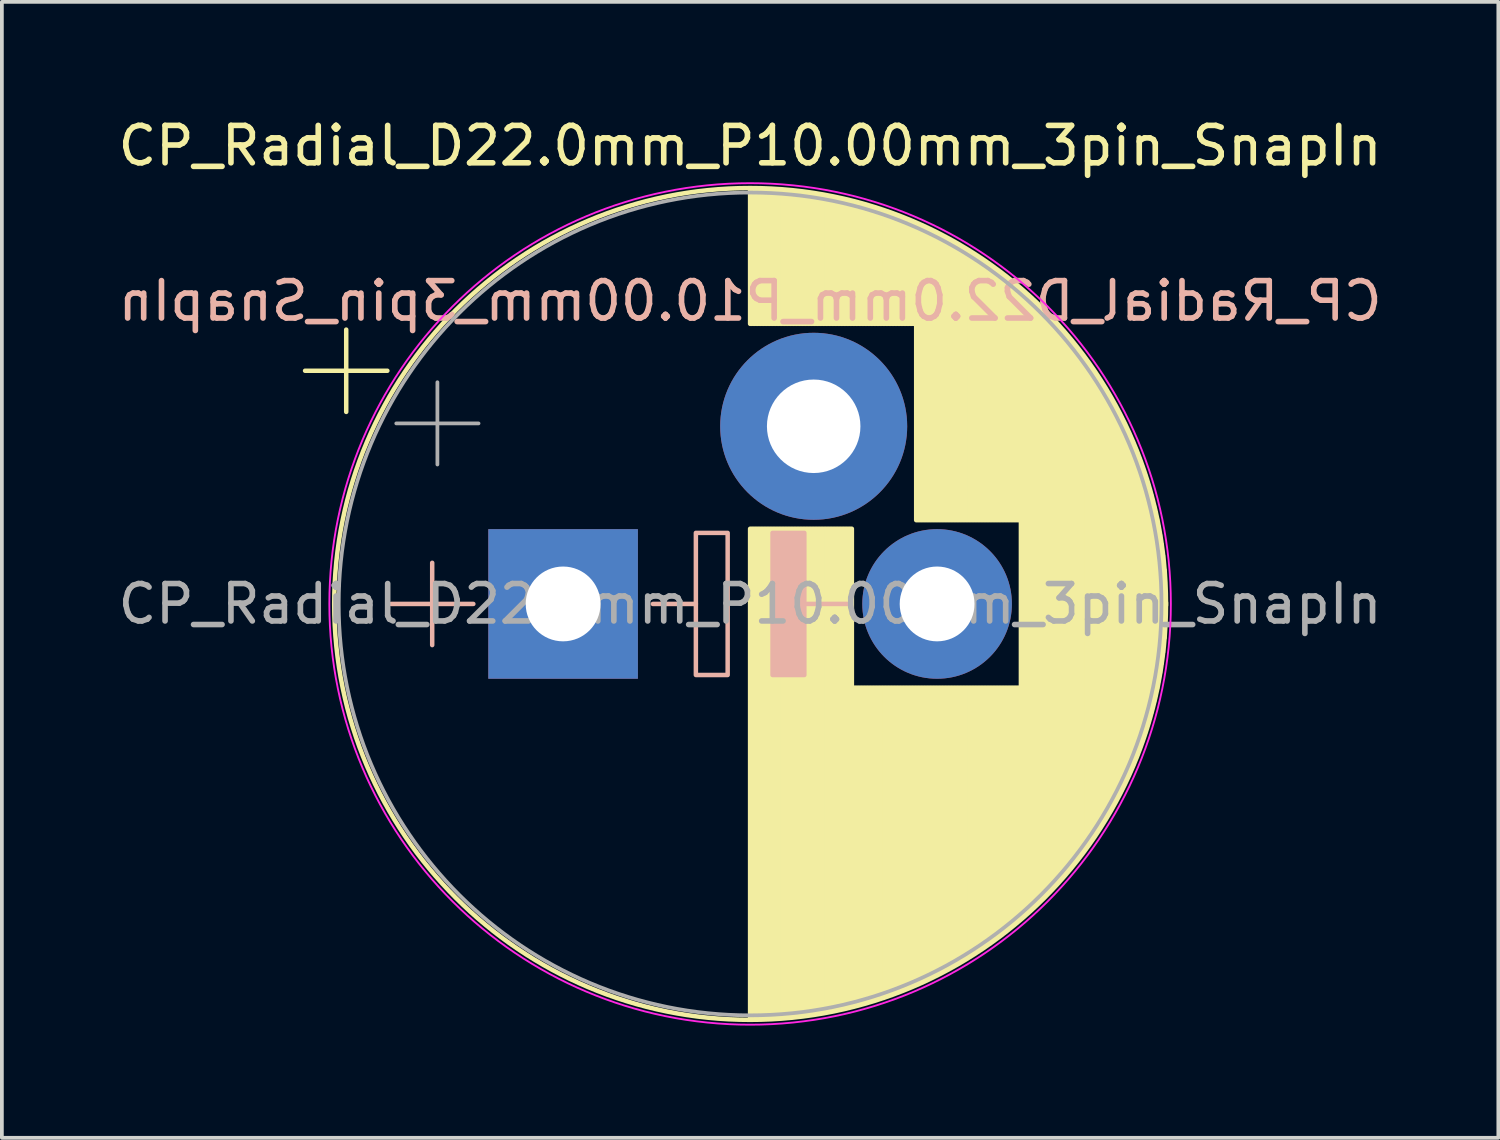
<source format=kicad_pcb>
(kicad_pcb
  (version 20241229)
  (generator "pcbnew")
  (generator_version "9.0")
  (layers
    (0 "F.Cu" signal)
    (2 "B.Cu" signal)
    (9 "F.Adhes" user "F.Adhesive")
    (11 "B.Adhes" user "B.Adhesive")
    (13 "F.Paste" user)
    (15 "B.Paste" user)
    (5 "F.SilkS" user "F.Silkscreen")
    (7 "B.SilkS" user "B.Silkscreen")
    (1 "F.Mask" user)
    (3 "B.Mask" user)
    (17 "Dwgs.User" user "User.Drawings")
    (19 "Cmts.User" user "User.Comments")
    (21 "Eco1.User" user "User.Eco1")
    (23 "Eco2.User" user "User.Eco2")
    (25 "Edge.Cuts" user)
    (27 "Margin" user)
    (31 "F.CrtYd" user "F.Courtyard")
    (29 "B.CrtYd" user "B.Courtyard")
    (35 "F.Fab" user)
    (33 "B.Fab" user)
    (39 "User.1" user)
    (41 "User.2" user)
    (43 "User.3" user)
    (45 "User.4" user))
  (footprint "CP_Radial_D22.0mm_P10.00mm_3pin_SnapIn"
    (layer "F.Cu")
    (at 12.006 13.098)
    (property "Reference" "CP_Radial_D22.0mm_P10.00mm_3pin_SnapIn" (at 5 -12.25 0) (layer "F.SilkS") (effects (font (size 1 1) (thickness 0.15))))
    (fp_line (start -6.899 -6.235) (end -4.699 -6.235) (stroke (width 0.12) (type solid)) (layer "F.SilkS"))
    (fp_line (start -5.799 -7.335) (end -5.799 -5.135) (stroke (width 0.12) (type solid)) (layer "F.SilkS"))
    (fp_line (start 5 -11.081) (end 5 -7.49) (stroke (width 0.12) (type solid)) (layer "F.SilkS"))
    (fp_line (start 5 -2.01) (end 5 11.081) (stroke (width 0.12) (type solid)) (layer "F.SilkS"))
    (fp_line (start 5.04 -11.08) (end 5.04 -7.49) (stroke (width 0.12) (type solid)) (layer "F.SilkS"))
    (fp_line (start 5.04 -2.01) (end 5.04 11.08) (stroke (width 0.12) (type solid)) (layer "F.SilkS"))
    (fp_line (start 5.08 -11.08) (end 5.08 -7.49) (stroke (width 0.12) (type solid)) (layer "F.SilkS"))
    (fp_line (start 5.08 -2.01) (end 5.08 11.08) (stroke (width 0.12) (type solid)) (layer "F.SilkS"))
    (fp_line (start 5.12 -11.08) (end 5.12 -7.49) (stroke (width 0.12) (type solid)) (layer "F.SilkS"))
    (fp_line (start 5.12 -2.01) (end 5.12 11.08) (stroke (width 0.12) (type solid)) (layer "F.SilkS"))
    (fp_line (start 5.16 -11.079) (end 5.16 -7.49) (stroke (width 0.12) (type solid)) (layer "F.SilkS"))
    (fp_line (start 5.16 -2.01) (end 5.16 11.079) (stroke (width 0.12) (type solid)) (layer "F.SilkS"))
    (fp_line (start 5.2 -11.079) (end 5.2 -7.49) (stroke (width 0.12) (type solid)) (layer "F.SilkS"))
    (fp_line (start 5.2 -2.01) (end 5.2 11.079) (stroke (width 0.12) (type solid)) (layer "F.SilkS"))
    (fp_line (start 5.24 -11.078) (end 5.24 -7.49) (stroke (width 0.12) (type solid)) (layer "F.SilkS"))
    (fp_line (start 5.24 -2.01) (end 5.24 11.078) (stroke (width 0.12) (type solid)) (layer "F.SilkS"))
    (fp_line (start 5.28 -11.077) (end 5.28 -7.49) (stroke (width 0.12) (type solid)) (layer "F.SilkS"))
    (fp_line (start 5.28 -2.01) (end 5.28 11.077) (stroke (width 0.12) (type solid)) (layer "F.SilkS"))
    (fp_line (start 5.32 -11.076) (end 5.32 -7.49) (stroke (width 0.12) (type solid)) (layer "F.SilkS"))
    (fp_line (start 5.32 -2.01) (end 5.32 11.076) (stroke (width 0.12) (type solid)) (layer "F.SilkS"))
    (fp_line (start 5.36 -11.075) (end 5.36 -7.49) (stroke (width 0.12) (type solid)) (layer "F.SilkS"))
    (fp_line (start 5.36 -2.01) (end 5.36 11.075) (stroke (width 0.12) (type solid)) (layer "F.SilkS"))
    (fp_line (start 5.4 -11.073) (end 5.4 -7.49) (stroke (width 0.12) (type solid)) (layer "F.SilkS"))
    (fp_line (start 5.4 -2.01) (end 5.4 11.073) (stroke (width 0.12) (type solid)) (layer "F.SilkS"))
    (fp_line (start 5.44 -11.072) (end 5.44 -7.49) (stroke (width 0.12) (type solid)) (layer "F.SilkS"))
    (fp_line (start 5.44 -2.01) (end 5.44 11.072) (stroke (width 0.12) (type solid)) (layer "F.SilkS"))
    (fp_line (start 5.48 -11.07) (end 5.48 -7.49) (stroke (width 0.12) (type solid)) (layer "F.SilkS"))
    (fp_line (start 5.48 -2.01) (end 5.48 11.07) (stroke (width 0.12) (type solid)) (layer "F.SilkS"))
    (fp_line (start 5.52 -11.068) (end 5.52 -7.49) (stroke (width 0.12) (type solid)) (layer "F.SilkS"))
    (fp_line (start 5.52 -2.01) (end 5.52 11.068) (stroke (width 0.12) (type solid)) (layer "F.SilkS"))
    (fp_line (start 5.56 -11.066) (end 5.56 -7.49) (stroke (width 0.12) (type solid)) (layer "F.SilkS"))
    (fp_line (start 5.56 -2.01) (end 5.56 11.066) (stroke (width 0.12) (type solid)) (layer "F.SilkS"))
    (fp_line (start 5.6 -11.064) (end 5.6 -7.49) (stroke (width 0.12) (type solid)) (layer "F.SilkS"))
    (fp_line (start 5.6 -2.01) (end 5.6 11.064) (stroke (width 0.12) (type solid)) (layer "F.SilkS"))
    (fp_line (start 5.64 -11.062) (end 5.64 -7.49) (stroke (width 0.12) (type solid)) (layer "F.SilkS"))
    (fp_line (start 5.64 -2.01) (end 5.64 11.062) (stroke (width 0.12) (type solid)) (layer "F.SilkS"))
    (fp_line (start 5.68 -11.06) (end 5.68 -7.49) (stroke (width 0.12) (type solid)) (layer "F.SilkS"))
    (fp_line (start 5.68 -2.01) (end 5.68 11.06) (stroke (width 0.12) (type solid)) (layer "F.SilkS"))
    (fp_line (start 5.721 -11.057) (end 5.721 -7.49) (stroke (width 0.12) (type solid)) (layer "F.SilkS"))
    (fp_line (start 5.721 -2.01) (end 5.721 11.057) (stroke (width 0.12) (type solid)) (layer "F.SilkS"))
    (fp_line (start 5.761 -11.054) (end 5.761 -7.49) (stroke (width 0.12) (type solid)) (layer "F.SilkS"))
    (fp_line (start 5.761 -2.01) (end 5.761 11.054) (stroke (width 0.12) (type solid)) (layer "F.SilkS"))
    (fp_line (start 5.801 -11.052) (end 5.801 -7.49) (stroke (width 0.12) (type solid)) (layer "F.SilkS"))
    (fp_line (start 5.801 -2.01) (end 5.801 11.052) (stroke (width 0.12) (type solid)) (layer "F.SilkS"))
    (fp_line (start 5.841 -11.049) (end 5.841 -7.49) (stroke (width 0.12) (type solid)) (layer "F.SilkS"))
    (fp_line (start 5.841 -2.01) (end 5.841 11.049) (stroke (width 0.12) (type solid)) (layer "F.SilkS"))
    (fp_line (start 5.881 -11.046) (end 5.881 -7.49) (stroke (width 0.12) (type solid)) (layer "F.SilkS"))
    (fp_line (start 5.881 -2.01) (end 5.881 11.046) (stroke (width 0.12) (type solid)) (layer "F.SilkS"))
    (fp_line (start 5.921 -11.042) (end 5.921 -7.49) (stroke (width 0.12) (type solid)) (layer "F.SilkS"))
    (fp_line (start 5.921 -2.01) (end 5.921 11.042) (stroke (width 0.12) (type solid)) (layer "F.SilkS"))
    (fp_line (start 5.961 -11.039) (end 5.961 -7.49) (stroke (width 0.12) (type solid)) (layer "F.SilkS"))
    (fp_line (start 5.961 -2.01) (end 5.961 11.039) (stroke (width 0.12) (type solid)) (layer "F.SilkS"))
    (fp_line (start 6.001 -11.035) (end 6.001 -7.49) (stroke (width 0.12) (type solid)) (layer "F.SilkS"))
    (fp_line (start 6.001 -2.01) (end 6.001 11.035) (stroke (width 0.12) (type solid)) (layer "F.SilkS"))
    (fp_line (start 6.041 -11.032) (end 6.041 -7.49) (stroke (width 0.12) (type solid)) (layer "F.SilkS"))
    (fp_line (start 6.041 -2.01) (end 6.041 11.032) (stroke (width 0.12) (type solid)) (layer "F.SilkS"))
    (fp_line (start 6.081 -11.028) (end 6.081 -7.49) (stroke (width 0.12) (type solid)) (layer "F.SilkS"))
    (fp_line (start 6.081 -2.01) (end 6.081 11.028) (stroke (width 0.12) (type solid)) (layer "F.SilkS"))
    (fp_line (start 6.121 -11.024) (end 6.121 -7.49) (stroke (width 0.12) (type solid)) (layer "F.SilkS"))
    (fp_line (start 6.121 -2.01) (end 6.121 11.024) (stroke (width 0.12) (type solid)) (layer "F.SilkS"))
    (fp_line (start 6.161 -11.02) (end 6.161 -7.49) (stroke (width 0.12) (type solid)) (layer "F.SilkS"))
    (fp_line (start 6.161 -2.01) (end 6.161 11.02) (stroke (width 0.12) (type solid)) (layer "F.SilkS"))
    (fp_line (start 6.201 -11.016) (end 6.201 -7.49) (stroke (width 0.12) (type solid)) (layer "F.SilkS"))
    (fp_line (start 6.201 -2.01) (end 6.201 11.016) (stroke (width 0.12) (type solid)) (layer "F.SilkS"))
    (fp_line (start 6.241 -11.011) (end 6.241 -7.49) (stroke (width 0.12) (type solid)) (layer "F.SilkS"))
    (fp_line (start 6.241 -2.01) (end 6.241 11.011) (stroke (width 0.12) (type solid)) (layer "F.SilkS"))
    (fp_line (start 6.281 -11.007) (end 6.281 -7.49) (stroke (width 0.12) (type solid)) (layer "F.SilkS"))
    (fp_line (start 6.281 -2.01) (end 6.281 11.007) (stroke (width 0.12) (type solid)) (layer "F.SilkS"))
    (fp_line (start 6.321 -11.002) (end 6.321 -7.49) (stroke (width 0.12) (type solid)) (layer "F.SilkS"))
    (fp_line (start 6.321 -2.01) (end 6.321 11.002) (stroke (width 0.12) (type solid)) (layer "F.SilkS"))
    (fp_line (start 6.361 -10.997) (end 6.361 -7.49) (stroke (width 0.12) (type solid)) (layer "F.SilkS"))
    (fp_line (start 6.361 -2.01) (end 6.361 10.997) (stroke (width 0.12) (type solid)) (layer "F.SilkS"))
    (fp_line (start 6.401 -10.992) (end 6.401 -7.49) (stroke (width 0.12) (type solid)) (layer "F.SilkS"))
    (fp_line (start 6.401 -2.01) (end 6.401 10.992) (stroke (width 0.12) (type solid)) (layer "F.SilkS"))
    (fp_line (start 6.441 -10.987) (end 6.441 -7.49) (stroke (width 0.12) (type solid)) (layer "F.SilkS"))
    (fp_line (start 6.441 -2.01) (end 6.441 10.987) (stroke (width 0.12) (type solid)) (layer "F.SilkS"))
    (fp_line (start 6.481 -10.982) (end 6.481 -7.49) (stroke (width 0.12) (type solid)) (layer "F.SilkS"))
    (fp_line (start 6.481 -2.01) (end 6.481 10.982) (stroke (width 0.12) (type solid)) (layer "F.SilkS"))
    (fp_line (start 6.521 -10.976) (end 6.521 -7.49) (stroke (width 0.12) (type solid)) (layer "F.SilkS"))
    (fp_line (start 6.521 -2.01) (end 6.521 10.976) (stroke (width 0.12) (type solid)) (layer "F.SilkS"))
    (fp_line (start 6.561 -10.971) (end 6.561 -7.49) (stroke (width 0.12) (type solid)) (layer "F.SilkS"))
    (fp_line (start 6.561 -2.01) (end 6.561 10.971) (stroke (width 0.12) (type solid)) (layer "F.SilkS"))
    (fp_line (start 6.601 -10.965) (end 6.601 -7.49) (stroke (width 0.12) (type solid)) (layer "F.SilkS"))
    (fp_line (start 6.601 -2.01) (end 6.601 10.965) (stroke (width 0.12) (type solid)) (layer "F.SilkS"))
    (fp_line (start 6.641 -10.959) (end 6.641 -7.49) (stroke (width 0.12) (type solid)) (layer "F.SilkS"))
    (fp_line (start 6.641 -2.01) (end 6.641 10.959) (stroke (width 0.12) (type solid)) (layer "F.SilkS"))
    (fp_line (start 6.681 -10.953) (end 6.681 -7.49) (stroke (width 0.12) (type solid)) (layer "F.SilkS"))
    (fp_line (start 6.681 -2.01) (end 6.681 10.953) (stroke (width 0.12) (type solid)) (layer "F.SilkS"))
    (fp_line (start 6.721 -10.947) (end 6.721 -7.49) (stroke (width 0.12) (type solid)) (layer "F.SilkS"))
    (fp_line (start 6.721 -2.01) (end 6.721 10.947) (stroke (width 0.12) (type solid)) (layer "F.SilkS"))
    (fp_line (start 6.761 -10.94) (end 6.761 -7.49) (stroke (width 0.12) (type solid)) (layer "F.SilkS"))
    (fp_line (start 6.761 -2.01) (end 6.761 10.94) (stroke (width 0.12) (type solid)) (layer "F.SilkS"))
    (fp_line (start 6.801 -10.934) (end 6.801 -7.49) (stroke (width 0.12) (type solid)) (layer "F.SilkS"))
    (fp_line (start 6.801 -2.01) (end 6.801 10.934) (stroke (width 0.12) (type solid)) (layer "F.SilkS"))
    (fp_line (start 6.841 -10.927) (end 6.841 -7.49) (stroke (width 0.12) (type solid)) (layer "F.SilkS"))
    (fp_line (start 6.841 -2.01) (end 6.841 10.927) (stroke (width 0.12) (type solid)) (layer "F.SilkS"))
    (fp_line (start 6.881 -10.92) (end 6.881 -7.49) (stroke (width 0.12) (type solid)) (layer "F.SilkS"))
    (fp_line (start 6.881 -2.01) (end 6.881 10.92) (stroke (width 0.12) (type solid)) (layer "F.SilkS"))
    (fp_line (start 6.921 -10.913) (end 6.921 -7.49) (stroke (width 0.12) (type solid)) (layer "F.SilkS"))
    (fp_line (start 6.921 -2.01) (end 6.921 10.913) (stroke (width 0.12) (type solid)) (layer "F.SilkS"))
    (fp_line (start 6.961 -10.906) (end 6.961 -7.49) (stroke (width 0.12) (type solid)) (layer "F.SilkS"))
    (fp_line (start 6.961 -2.01) (end 6.961 10.906) (stroke (width 0.12) (type solid)) (layer "F.SilkS"))
    (fp_line (start 7.001 -10.899) (end 7.001 -7.49) (stroke (width 0.12) (type solid)) (layer "F.SilkS"))
    (fp_line (start 7.001 -2.01) (end 7.001 10.899) (stroke (width 0.12) (type solid)) (layer "F.SilkS"))
    (fp_line (start 7.041 -10.892) (end 7.041 -7.49) (stroke (width 0.12) (type solid)) (layer "F.SilkS"))
    (fp_line (start 7.041 -2.01) (end 7.041 10.892) (stroke (width 0.12) (type solid)) (layer "F.SilkS"))
    (fp_line (start 7.081 -10.884) (end 7.081 -7.49) (stroke (width 0.12) (type solid)) (layer "F.SilkS"))
    (fp_line (start 7.081 -2.01) (end 7.081 10.884) (stroke (width 0.12) (type solid)) (layer "F.SilkS"))
    (fp_line (start 7.121 -10.877) (end 7.121 -7.49) (stroke (width 0.12) (type solid)) (layer "F.SilkS"))
    (fp_line (start 7.121 -2.01) (end 7.121 10.877) (stroke (width 0.12) (type solid)) (layer "F.SilkS"))
    (fp_line (start 7.161 -10.869) (end 7.161 -7.49) (stroke (width 0.12) (type solid)) (layer "F.SilkS"))
    (fp_line (start 7.161 -2.01) (end 7.161 10.869) (stroke (width 0.12) (type solid)) (layer "F.SilkS"))
    (fp_line (start 7.201 -10.861) (end 7.201 -7.49) (stroke (width 0.12) (type solid)) (layer "F.SilkS"))
    (fp_line (start 7.201 -2.01) (end 7.201 10.861) (stroke (width 0.12) (type solid)) (layer "F.SilkS"))
    (fp_line (start 7.241 -10.853) (end 7.241 -7.49) (stroke (width 0.12) (type solid)) (layer "F.SilkS"))
    (fp_line (start 7.241 -2.01) (end 7.241 10.853) (stroke (width 0.12) (type solid)) (layer "F.SilkS"))
    (fp_line (start 7.281 -10.844) (end 7.281 -7.49) (stroke (width 0.12) (type solid)) (layer "F.SilkS"))
    (fp_line (start 7.281 -2.01) (end 7.281 10.844) (stroke (width 0.12) (type solid)) (layer "F.SilkS"))
    (fp_line (start 7.321 -10.836) (end 7.321 -7.49) (stroke (width 0.12) (type solid)) (layer "F.SilkS"))
    (fp_line (start 7.321 -2.01) (end 7.321 10.836) (stroke (width 0.12) (type solid)) (layer "F.SilkS"))
    (fp_line (start 7.361 -10.827) (end 7.361 -7.49) (stroke (width 0.12) (type solid)) (layer "F.SilkS"))
    (fp_line (start 7.361 -2.01) (end 7.361 10.827) (stroke (width 0.12) (type solid)) (layer "F.SilkS"))
    (fp_line (start 7.401 -10.818) (end 7.401 -7.49) (stroke (width 0.12) (type solid)) (layer "F.SilkS"))
    (fp_line (start 7.401 -2.01) (end 7.401 10.818) (stroke (width 0.12) (type solid)) (layer "F.SilkS"))
    (fp_line (start 7.441 -10.809) (end 7.441 -7.49) (stroke (width 0.12) (type solid)) (layer "F.SilkS"))
    (fp_line (start 7.441 -2.01) (end 7.441 10.809) (stroke (width 0.12) (type solid)) (layer "F.SilkS"))
    (fp_line (start 7.481 -10.8) (end 7.481 -7.49) (stroke (width 0.12) (type solid)) (layer "F.SilkS"))
    (fp_line (start 7.481 -2.01) (end 7.481 10.8) (stroke (width 0.12) (type solid)) (layer "F.SilkS"))
    (fp_line (start 7.521 -10.791) (end 7.521 -7.49) (stroke (width 0.12) (type solid)) (layer "F.SilkS"))
    (fp_line (start 7.521 -2.01) (end 7.521 10.791) (stroke (width 0.12) (type solid)) (layer "F.SilkS"))
    (fp_line (start 7.561 -10.782) (end 7.561 -7.49) (stroke (width 0.12) (type solid)) (layer "F.SilkS"))
    (fp_line (start 7.561 -2.01) (end 7.561 10.782) (stroke (width 0.12) (type solid)) (layer "F.SilkS"))
    (fp_line (start 7.601 -10.772) (end 7.601 -7.49) (stroke (width 0.12) (type solid)) (layer "F.SilkS"))
    (fp_line (start 7.601 -2.01) (end 7.601 10.772) (stroke (width 0.12) (type solid)) (layer "F.SilkS"))
    (fp_line (start 7.641 -10.763) (end 7.641 -7.49) (stroke (width 0.12) (type solid)) (layer "F.SilkS"))
    (fp_line (start 7.641 -2.01) (end 7.641 10.763) (stroke (width 0.12) (type solid)) (layer "F.SilkS"))
    (fp_line (start 7.681 -10.753) (end 7.681 -7.49) (stroke (width 0.12) (type solid)) (layer "F.SilkS"))
    (fp_line (start 7.681 -2.01) (end 7.681 10.753) (stroke (width 0.12) (type solid)) (layer "F.SilkS"))
    (fp_line (start 7.721 -10.743) (end 7.721 -7.49) (stroke (width 0.12) (type solid)) (layer "F.SilkS"))
    (fp_line (start 7.721 -2.01) (end 7.721 10.743) (stroke (width 0.12) (type solid)) (layer "F.SilkS"))
    (fp_line (start 7.761 -10.733) (end 7.761 -7.49) (stroke (width 0.12) (type solid)) (layer "F.SilkS"))
    (fp_line (start 7.761 2.24) (end 7.761 10.733) (stroke (width 0.12) (type solid)) (layer "F.SilkS"))
    (fp_line (start 7.801 -10.722) (end 7.801 -7.49) (stroke (width 0.12) (type solid)) (layer "F.SilkS"))
    (fp_line (start 7.801 2.24) (end 7.801 10.722) (stroke (width 0.12) (type solid)) (layer "F.SilkS"))
    (fp_line (start 7.841 -10.712) (end 7.841 -7.49) (stroke (width 0.12) (type solid)) (layer "F.SilkS"))
    (fp_line (start 7.841 2.24) (end 7.841 10.712) (stroke (width 0.12) (type solid)) (layer "F.SilkS"))
    (fp_line (start 7.881 -10.701) (end 7.881 -7.49) (stroke (width 0.12) (type solid)) (layer "F.SilkS"))
    (fp_line (start 7.881 2.24) (end 7.881 10.701) (stroke (width 0.12) (type solid)) (layer "F.SilkS"))
    (fp_line (start 7.921 -10.69) (end 7.921 -7.49) (stroke (width 0.12) (type solid)) (layer "F.SilkS"))
    (fp_line (start 7.921 2.24) (end 7.921 10.69) (stroke (width 0.12) (type solid)) (layer "F.SilkS"))
    (fp_line (start 7.961 -10.679) (end 7.961 -7.49) (stroke (width 0.12) (type solid)) (layer "F.SilkS"))
    (fp_line (start 7.961 2.24) (end 7.961 10.679) (stroke (width 0.12) (type solid)) (layer "F.SilkS"))
    (fp_line (start 8.001 -10.668) (end 8.001 -7.49) (stroke (width 0.12) (type solid)) (layer "F.SilkS"))
    (fp_line (start 8.001 2.24) (end 8.001 10.668) (stroke (width 0.12) (type solid)) (layer "F.SilkS"))
    (fp_line (start 8.041 -10.657) (end 8.041 -7.49) (stroke (width 0.12) (type solid)) (layer "F.SilkS"))
    (fp_line (start 8.041 2.24) (end 8.041 10.657) (stroke (width 0.12) (type solid)) (layer "F.SilkS"))
    (fp_line (start 8.081 -10.645) (end 8.081 -7.49) (stroke (width 0.12) (type solid)) (layer "F.SilkS"))
    (fp_line (start 8.081 2.24) (end 8.081 10.645) (stroke (width 0.12) (type solid)) (layer "F.SilkS"))
    (fp_line (start 8.121 -10.634) (end 8.121 -7.49) (stroke (width 0.12) (type solid)) (layer "F.SilkS"))
    (fp_line (start 8.121 2.24) (end 8.121 10.634) (stroke (width 0.12) (type solid)) (layer "F.SilkS"))
    (fp_line (start 8.161 -10.622) (end 8.161 -7.49) (stroke (width 0.12) (type solid)) (layer "F.SilkS"))
    (fp_line (start 8.161 2.24) (end 8.161 10.622) (stroke (width 0.12) (type solid)) (layer "F.SilkS"))
    (fp_line (start 8.201 -10.61) (end 8.201 -7.49) (stroke (width 0.12) (type solid)) (layer "F.SilkS"))
    (fp_line (start 8.201 2.24) (end 8.201 10.61) (stroke (width 0.12) (type solid)) (layer "F.SilkS"))
    (fp_line (start 8.241 -10.598) (end 8.241 -7.49) (stroke (width 0.12) (type solid)) (layer "F.SilkS"))
    (fp_line (start 8.241 2.24) (end 8.241 10.598) (stroke (width 0.12) (type solid)) (layer "F.SilkS"))
    (fp_line (start 8.281 -10.586) (end 8.281 -7.49) (stroke (width 0.12) (type solid)) (layer "F.SilkS"))
    (fp_line (start 8.281 2.24) (end 8.281 10.586) (stroke (width 0.12) (type solid)) (layer "F.SilkS"))
    (fp_line (start 8.321 -10.573) (end 8.321 -7.49) (stroke (width 0.12) (type solid)) (layer "F.SilkS"))
    (fp_line (start 8.321 2.24) (end 8.321 10.573) (stroke (width 0.12) (type solid)) (layer "F.SilkS"))
    (fp_line (start 8.361 -10.561) (end 8.361 -7.49) (stroke (width 0.12) (type solid)) (layer "F.SilkS"))
    (fp_line (start 8.361 2.24) (end 8.361 10.561) (stroke (width 0.12) (type solid)) (layer "F.SilkS"))
    (fp_line (start 8.401 -10.548) (end 8.401 -7.49) (stroke (width 0.12) (type solid)) (layer "F.SilkS"))
    (fp_line (start 8.401 2.24) (end 8.401 10.548) (stroke (width 0.12) (type solid)) (layer "F.SilkS"))
    (fp_line (start 8.441 -10.535) (end 8.441 -7.49) (stroke (width 0.12) (type solid)) (layer "F.SilkS"))
    (fp_line (start 8.441 2.24) (end 8.441 10.535) (stroke (width 0.12) (type solid)) (layer "F.SilkS"))
    (fp_line (start 8.481 -10.522) (end 8.481 -7.49) (stroke (width 0.12) (type solid)) (layer "F.SilkS"))
    (fp_line (start 8.481 2.24) (end 8.481 10.522) (stroke (width 0.12) (type solid)) (layer "F.SilkS"))
    (fp_line (start 8.521 -10.509) (end 8.521 -7.49) (stroke (width 0.12) (type solid)) (layer "F.SilkS"))
    (fp_line (start 8.521 2.24) (end 8.521 10.509) (stroke (width 0.12) (type solid)) (layer "F.SilkS"))
    (fp_line (start 8.561 -10.495) (end 8.561 -7.49) (stroke (width 0.12) (type solid)) (layer "F.SilkS"))
    (fp_line (start 8.561 2.24) (end 8.561 10.495) (stroke (width 0.12) (type solid)) (layer "F.SilkS"))
    (fp_line (start 8.601 -10.482) (end 8.601 -7.49) (stroke (width 0.12) (type solid)) (layer "F.SilkS"))
    (fp_line (start 8.601 2.24) (end 8.601 10.482) (stroke (width 0.12) (type solid)) (layer "F.SilkS"))
    (fp_line (start 8.641 -10.468) (end 8.641 -7.49) (stroke (width 0.12) (type solid)) (layer "F.SilkS"))
    (fp_line (start 8.641 2.24) (end 8.641 10.468) (stroke (width 0.12) (type solid)) (layer "F.SilkS"))
    (fp_line (start 8.681 -10.454) (end 8.681 -7.49) (stroke (width 0.12) (type solid)) (layer "F.SilkS"))
    (fp_line (start 8.681 2.24) (end 8.681 10.454) (stroke (width 0.12) (type solid)) (layer "F.SilkS"))
    (fp_line (start 8.721 -10.44) (end 8.721 -7.49) (stroke (width 0.12) (type solid)) (layer "F.SilkS"))
    (fp_line (start 8.721 2.24) (end 8.721 10.44) (stroke (width 0.12) (type solid)) (layer "F.SilkS"))
    (fp_line (start 8.761 -10.426) (end 8.761 -7.49) (stroke (width 0.12) (type solid)) (layer "F.SilkS"))
    (fp_line (start 8.761 2.24) (end 8.761 10.426) (stroke (width 0.12) (type solid)) (layer "F.SilkS"))
    (fp_line (start 8.801 -10.411) (end 8.801 -7.49) (stroke (width 0.12) (type solid)) (layer "F.SilkS"))
    (fp_line (start 8.801 2.24) (end 8.801 10.411) (stroke (width 0.12) (type solid)) (layer "F.SilkS"))
    (fp_line (start 8.841 -10.396) (end 8.841 -7.49) (stroke (width 0.12) (type solid)) (layer "F.SilkS"))
    (fp_line (start 8.841 2.24) (end 8.841 10.396) (stroke (width 0.12) (type solid)) (layer "F.SilkS"))
    (fp_line (start 8.881 -10.382) (end 8.881 -7.49) (stroke (width 0.12) (type solid)) (layer "F.SilkS"))
    (fp_line (start 8.881 2.24) (end 8.881 10.382) (stroke (width 0.12) (type solid)) (layer "F.SilkS"))
    (fp_line (start 8.921 -10.367) (end 8.921 -7.49) (stroke (width 0.12) (type solid)) (layer "F.SilkS"))
    (fp_line (start 8.921 2.24) (end 8.921 10.367) (stroke (width 0.12) (type solid)) (layer "F.SilkS"))
    (fp_line (start 8.961 -10.351) (end 8.961 -7.49) (stroke (width 0.12) (type solid)) (layer "F.SilkS"))
    (fp_line (start 8.961 2.24) (end 8.961 10.351) (stroke (width 0.12) (type solid)) (layer "F.SilkS"))
    (fp_line (start 9.001 -10.336) (end 9.001 -7.49) (stroke (width 0.12) (type solid)) (layer "F.SilkS"))
    (fp_line (start 9.001 2.24) (end 9.001 10.336) (stroke (width 0.12) (type solid)) (layer "F.SilkS"))
    (fp_line (start 9.041 -10.321) (end 9.041 -7.49) (stroke (width 0.12) (type solid)) (layer "F.SilkS"))
    (fp_line (start 9.041 2.24) (end 9.041 10.321) (stroke (width 0.12) (type solid)) (layer "F.SilkS"))
    (fp_line (start 9.081 -10.305) (end 9.081 -7.49) (stroke (width 0.12) (type solid)) (layer "F.SilkS"))
    (fp_line (start 9.081 2.24) (end 9.081 10.305) (stroke (width 0.12) (type solid)) (layer "F.SilkS"))
    (fp_line (start 9.121 -10.289) (end 9.121 -7.49) (stroke (width 0.12) (type solid)) (layer "F.SilkS"))
    (fp_line (start 9.121 2.24) (end 9.121 10.289) (stroke (width 0.12) (type solid)) (layer "F.SilkS"))
    (fp_line (start 9.161 -10.273) (end 9.161 -7.49) (stroke (width 0.12) (type solid)) (layer "F.SilkS"))
    (fp_line (start 9.161 2.24) (end 9.161 10.273) (stroke (width 0.12) (type solid)) (layer "F.SilkS"))
    (fp_line (start 9.201 -10.257) (end 9.201 -7.49) (stroke (width 0.12) (type solid)) (layer "F.SilkS"))
    (fp_line (start 9.201 2.24) (end 9.201 10.257) (stroke (width 0.12) (type solid)) (layer "F.SilkS"))
    (fp_line (start 9.241 -10.24) (end 9.241 -7.49) (stroke (width 0.12) (type solid)) (layer "F.SilkS"))
    (fp_line (start 9.241 2.24) (end 9.241 10.24) (stroke (width 0.12) (type solid)) (layer "F.SilkS"))
    (fp_line (start 9.281 -10.224) (end 9.281 -7.49) (stroke (width 0.12) (type solid)) (layer "F.SilkS"))
    (fp_line (start 9.281 2.24) (end 9.281 10.224) (stroke (width 0.12) (type solid)) (layer "F.SilkS"))
    (fp_line (start 9.321 -10.207) (end 9.321 -7.49) (stroke (width 0.12) (type solid)) (layer "F.SilkS"))
    (fp_line (start 9.321 2.24) (end 9.321 10.207) (stroke (width 0.12) (type solid)) (layer "F.SilkS"))
    (fp_line (start 9.361 -10.19) (end 9.361 -7.49) (stroke (width 0.12) (type solid)) (layer "F.SilkS"))
    (fp_line (start 9.361 2.24) (end 9.361 10.19) (stroke (width 0.12) (type solid)) (layer "F.SilkS"))
    (fp_line (start 9.401 -10.173) (end 9.401 -7.49) (stroke (width 0.12) (type solid)) (layer "F.SilkS"))
    (fp_line (start 9.401 2.24) (end 9.401 10.173) (stroke (width 0.12) (type solid)) (layer "F.SilkS"))
    (fp_line (start 9.441 -10.156) (end 9.441 -2.24) (stroke (width 0.12) (type solid)) (layer "F.SilkS"))
    (fp_line (start 9.441 2.24) (end 9.441 10.156) (stroke (width 0.12) (type solid)) (layer "F.SilkS"))
    (fp_line (start 9.481 -10.138) (end 9.481 -2.24) (stroke (width 0.12) (type solid)) (layer "F.SilkS"))
    (fp_line (start 9.481 2.24) (end 9.481 10.138) (stroke (width 0.12) (type solid)) (layer "F.SilkS"))
    (fp_line (start 9.521 -10.12) (end 9.521 -2.24) (stroke (width 0.12) (type solid)) (layer "F.SilkS"))
    (fp_line (start 9.521 2.24) (end 9.521 10.12) (stroke (width 0.12) (type solid)) (layer "F.SilkS"))
    (fp_line (start 9.561 -10.103) (end 9.561 -2.24) (stroke (width 0.12) (type solid)) (layer "F.SilkS"))
    (fp_line (start 9.561 2.24) (end 9.561 10.103) (stroke (width 0.12) (type solid)) (layer "F.SilkS"))
    (fp_line (start 9.601 -10.084) (end 9.601 -2.24) (stroke (width 0.12) (type solid)) (layer "F.SilkS"))
    (fp_line (start 9.601 2.24) (end 9.601 10.084) (stroke (width 0.12) (type solid)) (layer "F.SilkS"))
    (fp_line (start 9.641 -10.066) (end 9.641 -2.24) (stroke (width 0.12) (type solid)) (layer "F.SilkS"))
    (fp_line (start 9.641 2.24) (end 9.641 10.066) (stroke (width 0.12) (type solid)) (layer "F.SilkS"))
    (fp_line (start 9.681 -10.048) (end 9.681 -2.24) (stroke (width 0.12) (type solid)) (layer "F.SilkS"))
    (fp_line (start 9.681 2.24) (end 9.681 10.048) (stroke (width 0.12) (type solid)) (layer "F.SilkS"))
    (fp_line (start 9.721 -10.029) (end 9.721 -2.24) (stroke (width 0.12) (type solid)) (layer "F.SilkS"))
    (fp_line (start 9.721 2.24) (end 9.721 10.029) (stroke (width 0.12) (type solid)) (layer "F.SilkS"))
    (fp_line (start 9.761 -10.01) (end 9.761 -2.24) (stroke (width 0.12) (type solid)) (layer "F.SilkS"))
    (fp_line (start 9.761 2.24) (end 9.761 10.01) (stroke (width 0.12) (type solid)) (layer "F.SilkS"))
    (fp_line (start 9.801 -9.991) (end 9.801 -2.24) (stroke (width 0.12) (type solid)) (layer "F.SilkS"))
    (fp_line (start 9.801 2.24) (end 9.801 9.991) (stroke (width 0.12) (type solid)) (layer "F.SilkS"))
    (fp_line (start 9.841 -9.972) (end 9.841 -2.24) (stroke (width 0.12) (type solid)) (layer "F.SilkS"))
    (fp_line (start 9.841 2.24) (end 9.841 9.972) (stroke (width 0.12) (type solid)) (layer "F.SilkS"))
    (fp_line (start 9.881 -9.952) (end 9.881 -2.24) (stroke (width 0.12) (type solid)) (layer "F.SilkS"))
    (fp_line (start 9.881 2.24) (end 9.881 9.952) (stroke (width 0.12) (type solid)) (layer "F.SilkS"))
    (fp_line (start 9.921 -9.933) (end 9.921 -2.24) (stroke (width 0.12) (type solid)) (layer "F.SilkS"))
    (fp_line (start 9.921 2.24) (end 9.921 9.933) (stroke (width 0.12) (type solid)) (layer "F.SilkS"))
    (fp_line (start 9.961 -9.913) (end 9.961 -2.24) (stroke (width 0.12) (type solid)) (layer "F.SilkS"))
    (fp_line (start 9.961 2.24) (end 9.961 9.913) (stroke (width 0.12) (type solid)) (layer "F.SilkS"))
    (fp_line (start 10.001 -9.893) (end 10.001 -2.24) (stroke (width 0.12) (type solid)) (layer "F.SilkS"))
    (fp_line (start 10.001 2.24) (end 10.001 9.893) (stroke (width 0.12) (type solid)) (layer "F.SilkS"))
    (fp_line (start 10.041 -9.873) (end 10.041 -2.24) (stroke (width 0.12) (type solid)) (layer "F.SilkS"))
    (fp_line (start 10.041 2.24) (end 10.041 9.873) (stroke (width 0.12) (type solid)) (layer "F.SilkS"))
    (fp_line (start 10.081 -9.852) (end 10.081 -2.24) (stroke (width 0.12) (type solid)) (layer "F.SilkS"))
    (fp_line (start 10.081 2.24) (end 10.081 9.852) (stroke (width 0.12) (type solid)) (layer "F.SilkS"))
    (fp_line (start 10.121 -9.832) (end 10.121 -2.24) (stroke (width 0.12) (type solid)) (layer "F.SilkS"))
    (fp_line (start 10.121 2.24) (end 10.121 9.832) (stroke (width 0.12) (type solid)) (layer "F.SilkS"))
    (fp_line (start 10.161 -9.811) (end 10.161 -2.24) (stroke (width 0.12) (type solid)) (layer "F.SilkS"))
    (fp_line (start 10.161 2.24) (end 10.161 9.811) (stroke (width 0.12) (type solid)) (layer "F.SilkS"))
    (fp_line (start 10.201 -9.79) (end 10.201 -2.24) (stroke (width 0.12) (type solid)) (layer "F.SilkS"))
    (fp_line (start 10.201 2.24) (end 10.201 9.79) (stroke (width 0.12) (type solid)) (layer "F.SilkS"))
    (fp_line (start 10.241 -9.768) (end 10.241 -2.24) (stroke (width 0.12) (type solid)) (layer "F.SilkS"))
    (fp_line (start 10.241 2.24) (end 10.241 9.768) (stroke (width 0.12) (type solid)) (layer "F.SilkS"))
    (fp_line (start 10.281 -9.747) (end 10.281 -2.24) (stroke (width 0.12) (type solid)) (layer "F.SilkS"))
    (fp_line (start 10.281 2.24) (end 10.281 9.747) (stroke (width 0.12) (type solid)) (layer "F.SilkS"))
    (fp_line (start 10.321 -9.725) (end 10.321 -2.24) (stroke (width 0.12) (type solid)) (layer "F.SilkS"))
    (fp_line (start 10.321 2.24) (end 10.321 9.725) (stroke (width 0.12) (type solid)) (layer "F.SilkS"))
    (fp_line (start 10.361 -9.703) (end 10.361 -2.24) (stroke (width 0.12) (type solid)) (layer "F.SilkS"))
    (fp_line (start 10.361 2.24) (end 10.361 9.703) (stroke (width 0.12) (type solid)) (layer "F.SilkS"))
    (fp_line (start 10.401 -9.681) (end 10.401 -2.24) (stroke (width 0.12) (type solid)) (layer "F.SilkS"))
    (fp_line (start 10.401 2.24) (end 10.401 9.681) (stroke (width 0.12) (type solid)) (layer "F.SilkS"))
    (fp_line (start 10.441 -9.659) (end 10.441 -2.24) (stroke (width 0.12) (type solid)) (layer "F.SilkS"))
    (fp_line (start 10.441 2.24) (end 10.441 9.659) (stroke (width 0.12) (type solid)) (layer "F.SilkS"))
    (fp_line (start 10.481 -9.636) (end 10.481 -2.24) (stroke (width 0.12) (type solid)) (layer "F.SilkS"))
    (fp_line (start 10.481 2.24) (end 10.481 9.636) (stroke (width 0.12) (type solid)) (layer "F.SilkS"))
    (fp_line (start 10.521 -9.614) (end 10.521 -2.24) (stroke (width 0.12) (type solid)) (layer "F.SilkS"))
    (fp_line (start 10.521 2.24) (end 10.521 9.614) (stroke (width 0.12) (type solid)) (layer "F.SilkS"))
    (fp_line (start 10.561 -9.591) (end 10.561 -2.24) (stroke (width 0.12) (type solid)) (layer "F.SilkS"))
    (fp_line (start 10.561 2.24) (end 10.561 9.591) (stroke (width 0.12) (type solid)) (layer "F.SilkS"))
    (fp_line (start 10.601 -9.567) (end 10.601 -2.24) (stroke (width 0.12) (type solid)) (layer "F.SilkS"))
    (fp_line (start 10.601 2.24) (end 10.601 9.567) (stroke (width 0.12) (type solid)) (layer "F.SilkS"))
    (fp_line (start 10.641 -9.544) (end 10.641 -2.24) (stroke (width 0.12) (type solid)) (layer "F.SilkS"))
    (fp_line (start 10.641 2.24) (end 10.641 9.544) (stroke (width 0.12) (type solid)) (layer "F.SilkS"))
    (fp_line (start 10.681 -9.52) (end 10.681 -2.24) (stroke (width 0.12) (type solid)) (layer "F.SilkS"))
    (fp_line (start 10.681 2.24) (end 10.681 9.52) (stroke (width 0.12) (type solid)) (layer "F.SilkS"))
    (fp_line (start 10.721 -9.497) (end 10.721 -2.24) (stroke (width 0.12) (type solid)) (layer "F.SilkS"))
    (fp_line (start 10.721 2.24) (end 10.721 9.497) (stroke (width 0.12) (type solid)) (layer "F.SilkS"))
    (fp_line (start 10.761 -9.472) (end 10.761 -2.24) (stroke (width 0.12) (type solid)) (layer "F.SilkS"))
    (fp_line (start 10.761 2.24) (end 10.761 9.472) (stroke (width 0.12) (type solid)) (layer "F.SilkS"))
    (fp_line (start 10.801 -9.448) (end 10.801 -2.24) (stroke (width 0.12) (type solid)) (layer "F.SilkS"))
    (fp_line (start 10.801 2.24) (end 10.801 9.448) (stroke (width 0.12) (type solid)) (layer "F.SilkS"))
    (fp_line (start 10.841 -9.424) (end 10.841 -2.24) (stroke (width 0.12) (type solid)) (layer "F.SilkS"))
    (fp_line (start 10.841 2.24) (end 10.841 9.424) (stroke (width 0.12) (type solid)) (layer "F.SilkS"))
    (fp_line (start 10.881 -9.399) (end 10.881 -2.24) (stroke (width 0.12) (type solid)) (layer "F.SilkS"))
    (fp_line (start 10.881 2.24) (end 10.881 9.399) (stroke (width 0.12) (type solid)) (layer "F.SilkS"))
    (fp_line (start 10.921 -9.374) (end 10.921 -2.24) (stroke (width 0.12) (type solid)) (layer "F.SilkS"))
    (fp_line (start 10.921 2.24) (end 10.921 9.374) (stroke (width 0.12) (type solid)) (layer "F.SilkS"))
    (fp_line (start 10.961 -9.348) (end 10.961 -2.24) (stroke (width 0.12) (type solid)) (layer "F.SilkS"))
    (fp_line (start 10.961 2.24) (end 10.961 9.348) (stroke (width 0.12) (type solid)) (layer "F.SilkS"))
    (fp_line (start 11.001 -9.323) (end 11.001 -2.24) (stroke (width 0.12) (type solid)) (layer "F.SilkS"))
    (fp_line (start 11.001 2.24) (end 11.001 9.323) (stroke (width 0.12) (type solid)) (layer "F.SilkS"))
    (fp_line (start 11.041 -9.297) (end 11.041 -2.24) (stroke (width 0.12) (type solid)) (layer "F.SilkS"))
    (fp_line (start 11.041 2.24) (end 11.041 9.297) (stroke (width 0.12) (type solid)) (layer "F.SilkS"))
    (fp_line (start 11.081 -9.271) (end 11.081 -2.24) (stroke (width 0.12) (type solid)) (layer "F.SilkS"))
    (fp_line (start 11.081 2.24) (end 11.081 9.271) (stroke (width 0.12) (type solid)) (layer "F.SilkS"))
    (fp_line (start 11.121 -9.245) (end 11.121 -2.24) (stroke (width 0.12) (type solid)) (layer "F.SilkS"))
    (fp_line (start 11.121 2.24) (end 11.121 9.245) (stroke (width 0.12) (type solid)) (layer "F.SilkS"))
    (fp_line (start 11.161 -9.218) (end 11.161 -2.24) (stroke (width 0.12) (type solid)) (layer "F.SilkS"))
    (fp_line (start 11.161 2.24) (end 11.161 9.218) (stroke (width 0.12) (type solid)) (layer "F.SilkS"))
    (fp_line (start 11.201 -9.192) (end 11.201 -2.24) (stroke (width 0.12) (type solid)) (layer "F.SilkS"))
    (fp_line (start 11.201 2.24) (end 11.201 9.192) (stroke (width 0.12) (type solid)) (layer "F.SilkS"))
    (fp_line (start 11.241 -9.165) (end 11.241 -2.24) (stroke (width 0.12) (type solid)) (layer "F.SilkS"))
    (fp_line (start 11.241 2.24) (end 11.241 9.165) (stroke (width 0.12) (type solid)) (layer "F.SilkS"))
    (fp_line (start 11.281 -9.137) (end 11.281 -2.24) (stroke (width 0.12) (type solid)) (layer "F.SilkS"))
    (fp_line (start 11.281 2.24) (end 11.281 9.137) (stroke (width 0.12) (type solid)) (layer "F.SilkS"))
    (fp_line (start 11.321 -9.11) (end 11.321 -2.24) (stroke (width 0.12) (type solid)) (layer "F.SilkS"))
    (fp_line (start 11.321 2.24) (end 11.321 9.11) (stroke (width 0.12) (type solid)) (layer "F.SilkS"))
    (fp_line (start 11.361 -9.082) (end 11.361 -2.24) (stroke (width 0.12) (type solid)) (layer "F.SilkS"))
    (fp_line (start 11.361 2.24) (end 11.361 9.082) (stroke (width 0.12) (type solid)) (layer "F.SilkS"))
    (fp_line (start 11.401 -9.054) (end 11.401 -2.24) (stroke (width 0.12) (type solid)) (layer "F.SilkS"))
    (fp_line (start 11.401 2.24) (end 11.401 9.054) (stroke (width 0.12) (type solid)) (layer "F.SilkS"))
    (fp_line (start 11.441 -9.026) (end 11.441 -2.24) (stroke (width 0.12) (type solid)) (layer "F.SilkS"))
    (fp_line (start 11.441 2.24) (end 11.441 9.026) (stroke (width 0.12) (type solid)) (layer "F.SilkS"))
    (fp_line (start 11.481 -8.997) (end 11.481 -2.24) (stroke (width 0.12) (type solid)) (layer "F.SilkS"))
    (fp_line (start 11.481 2.24) (end 11.481 8.997) (stroke (width 0.12) (type solid)) (layer "F.SilkS"))
    (fp_line (start 11.521 -8.968) (end 11.521 -2.24) (stroke (width 0.12) (type solid)) (layer "F.SilkS"))
    (fp_line (start 11.521 2.24) (end 11.521 8.968) (stroke (width 0.12) (type solid)) (layer "F.SilkS"))
    (fp_line (start 11.561 -8.939) (end 11.561 -2.24) (stroke (width 0.12) (type solid)) (layer "F.SilkS"))
    (fp_line (start 11.561 2.24) (end 11.561 8.939) (stroke (width 0.12) (type solid)) (layer "F.SilkS"))
    (fp_line (start 11.601 -8.91) (end 11.601 -2.24) (stroke (width 0.12) (type solid)) (layer "F.SilkS"))
    (fp_line (start 11.601 2.24) (end 11.601 8.91) (stroke (width 0.12) (type solid)) (layer "F.SilkS"))
    (fp_line (start 11.641 -8.88) (end 11.641 -2.24) (stroke (width 0.12) (type solid)) (layer "F.SilkS"))
    (fp_line (start 11.641 2.24) (end 11.641 8.88) (stroke (width 0.12) (type solid)) (layer "F.SilkS"))
    (fp_line (start 11.681 -8.85) (end 11.681 -2.24) (stroke (width 0.12) (type solid)) (layer "F.SilkS"))
    (fp_line (start 11.681 2.24) (end 11.681 8.85) (stroke (width 0.12) (type solid)) (layer "F.SilkS"))
    (fp_line (start 11.721 -8.82) (end 11.721 -2.24) (stroke (width 0.12) (type solid)) (layer "F.SilkS"))
    (fp_line (start 11.721 2.24) (end 11.721 8.82) (stroke (width 0.12) (type solid)) (layer "F.SilkS"))
    (fp_line (start 11.761 -8.79) (end 11.761 -2.24) (stroke (width 0.12) (type solid)) (layer "F.SilkS"))
    (fp_line (start 11.761 2.24) (end 11.761 8.79) (stroke (width 0.12) (type solid)) (layer "F.SilkS"))
    (fp_line (start 11.801 -8.759) (end 11.801 -2.24) (stroke (width 0.12) (type solid)) (layer "F.SilkS"))
    (fp_line (start 11.801 2.24) (end 11.801 8.759) (stroke (width 0.12) (type solid)) (layer "F.SilkS"))
    (fp_line (start 11.841 -8.728) (end 11.841 -2.24) (stroke (width 0.12) (type solid)) (layer "F.SilkS"))
    (fp_line (start 11.841 2.24) (end 11.841 8.728) (stroke (width 0.12) (type solid)) (layer "F.SilkS"))
    (fp_line (start 11.881 -8.697) (end 11.881 -2.24) (stroke (width 0.12) (type solid)) (layer "F.SilkS"))
    (fp_line (start 11.881 2.24) (end 11.881 8.697) (stroke (width 0.12) (type solid)) (layer "F.SilkS"))
    (fp_line (start 11.921 -8.665) (end 11.921 -2.24) (stroke (width 0.12) (type solid)) (layer "F.SilkS"))
    (fp_line (start 11.921 2.24) (end 11.921 8.665) (stroke (width 0.12) (type solid)) (layer "F.SilkS"))
    (fp_line (start 11.961 -8.633) (end 11.961 -2.24) (stroke (width 0.12) (type solid)) (layer "F.SilkS"))
    (fp_line (start 11.961 2.24) (end 11.961 8.633) (stroke (width 0.12) (type solid)) (layer "F.SilkS"))
    (fp_line (start 12.001 -8.601) (end 12.001 -2.24) (stroke (width 0.12) (type solid)) (layer "F.SilkS"))
    (fp_line (start 12.001 2.24) (end 12.001 8.601) (stroke (width 0.12) (type solid)) (layer "F.SilkS"))
    (fp_line (start 12.041 -8.568) (end 12.041 -2.24) (stroke (width 0.12) (type solid)) (layer "F.SilkS"))
    (fp_line (start 12.041 2.24) (end 12.041 8.568) (stroke (width 0.12) (type solid)) (layer "F.SilkS"))
    (fp_line (start 12.081 -8.535) (end 12.081 -2.24) (stroke (width 0.12) (type solid)) (layer "F.SilkS"))
    (fp_line (start 12.081 2.24) (end 12.081 8.535) (stroke (width 0.12) (type solid)) (layer "F.SilkS"))
    (fp_line (start 12.121 -8.502) (end 12.121 -2.24) (stroke (width 0.12) (type solid)) (layer "F.SilkS"))
    (fp_line (start 12.121 2.24) (end 12.121 8.502) (stroke (width 0.12) (type solid)) (layer "F.SilkS"))
    (fp_line (start 12.161 -8.469) (end 12.161 -2.24) (stroke (width 0.12) (type solid)) (layer "F.SilkS"))
    (fp_line (start 12.161 2.24) (end 12.161 8.469) (stroke (width 0.12) (type solid)) (layer "F.SilkS"))
    (fp_line (start 12.201 -8.435) (end 12.201 -2.24) (stroke (width 0.12) (type solid)) (layer "F.SilkS"))
    (fp_line (start 12.201 2.24) (end 12.201 8.435) (stroke (width 0.12) (type solid)) (layer "F.SilkS"))
    (fp_line (start 12.241 -8.401) (end 12.241 8.401) (stroke (width 0.12) (type solid)) (layer "F.SilkS"))
    (fp_line (start 12.281 -8.366) (end 12.281 8.366) (stroke (width 0.12) (type solid)) (layer "F.SilkS"))
    (fp_line (start 12.321 -8.331) (end 12.321 8.331) (stroke (width 0.12) (type solid)) (layer "F.SilkS"))
    (fp_line (start 12.361 -8.296) (end 12.361 8.296) (stroke (width 0.12) (type solid)) (layer "F.SilkS"))
    (fp_line (start 12.401 -8.261) (end 12.401 8.261) (stroke (width 0.12) (type solid)) (layer "F.SilkS"))
    (fp_line (start 12.441 -8.225) (end 12.441 8.225) (stroke (width 0.12) (type solid)) (layer "F.SilkS"))
    (fp_line (start 12.481 -8.189) (end 12.481 8.189) (stroke (width 0.12) (type solid)) (layer "F.SilkS"))
    (fp_line (start 12.521 -8.152) (end 12.521 8.152) (stroke (width 0.12) (type solid)) (layer "F.SilkS"))
    (fp_line (start 12.561 -8.115) (end 12.561 8.115) (stroke (width 0.12) (type solid)) (layer "F.SilkS"))
    (fp_line (start 12.601 -8.078) (end 12.601 8.078) (stroke (width 0.12) (type solid)) (layer "F.SilkS"))
    (fp_line (start 12.641 -8.04) (end 12.641 8.04) (stroke (width 0.12) (type solid)) (layer "F.SilkS"))
    (fp_line (start 12.681 -8.002) (end 12.681 8.002) (stroke (width 0.12) (type solid)) (layer "F.SilkS"))
    (fp_line (start 12.721 -7.964) (end 12.721 7.964) (stroke (width 0.12) (type solid)) (layer "F.SilkS"))
    (fp_line (start 12.761 -7.925) (end 12.761 7.925) (stroke (width 0.12) (type solid)) (layer "F.SilkS"))
    (fp_line (start 12.801 -7.886) (end 12.801 7.886) (stroke (width 0.12) (type solid)) (layer "F.SilkS"))
    (fp_line (start 12.841 -7.846) (end 12.841 7.846) (stroke (width 0.12) (type solid)) (layer "F.SilkS"))
    (fp_line (start 12.881 -7.807) (end 12.881 7.807) (stroke (width 0.12) (type solid)) (layer "F.SilkS"))
    (fp_line (start 12.921 -7.766) (end 12.921 7.766) (stroke (width 0.12) (type solid)) (layer "F.SilkS"))
    (fp_line (start 12.961 -7.725) (end 12.961 7.725) (stroke (width 0.12) (type solid)) (layer "F.SilkS"))
    (fp_line (start 13.001 -7.684) (end 13.001 7.684) (stroke (width 0.12) (type solid)) (layer "F.SilkS"))
    (fp_line (start 13.041 -7.642) (end 13.041 7.642) (stroke (width 0.12) (type solid)) (layer "F.SilkS"))
    (fp_line (start 13.081 -7.6) (end 13.081 7.6) (stroke (width 0.12) (type solid)) (layer "F.SilkS"))
    (fp_line (start 13.121 -7.558) (end 13.121 7.558) (stroke (width 0.12) (type solid)) (layer "F.SilkS"))
    (fp_line (start 13.161 -7.515) (end 13.161 7.515) (stroke (width 0.12) (type solid)) (layer "F.SilkS"))
    (fp_line (start 13.2 -7.471) (end 13.2 7.471) (stroke (width 0.12) (type solid)) (layer "F.SilkS"))
    (fp_line (start 13.24 -7.428) (end 13.24 7.428) (stroke (width 0.12) (type solid)) (layer "F.SilkS"))
    (fp_line (start 13.28 -7.383) (end 13.28 7.383) (stroke (width 0.12) (type solid)) (layer "F.SilkS"))
    (fp_line (start 13.32 -7.338) (end 13.32 7.338) (stroke (width 0.12) (type solid)) (layer "F.SilkS"))
    (fp_line (start 13.36 -7.293) (end 13.36 7.293) (stroke (width 0.12) (type solid)) (layer "F.SilkS"))
    (fp_line (start 13.4 -7.247) (end 13.4 7.247) (stroke (width 0.12) (type solid)) (layer "F.SilkS"))
    (fp_line (start 13.44 -7.201) (end 13.44 7.201) (stroke (width 0.12) (type solid)) (layer "F.SilkS"))
    (fp_line (start 13.48 -7.154) (end 13.48 7.154) (stroke (width 0.12) (type solid)) (layer "F.SilkS"))
    (fp_line (start 13.52 -7.106) (end 13.52 7.106) (stroke (width 0.12) (type solid)) (layer "F.SilkS"))
    (fp_line (start 13.56 -7.058) (end 13.56 7.058) (stroke (width 0.12) (type solid)) (layer "F.SilkS"))
    (fp_line (start 13.6 -7.01) (end 13.6 7.01) (stroke (width 0.12) (type solid)) (layer "F.SilkS"))
    (fp_line (start 13.64 -6.961) (end 13.64 6.961) (stroke (width 0.12) (type solid)) (layer "F.SilkS"))
    (fp_line (start 13.68 -6.911) (end 13.68 6.911) (stroke (width 0.12) (type solid)) (layer "F.SilkS"))
    (fp_line (start 13.72 -6.861) (end 13.72 6.861) (stroke (width 0.12) (type solid)) (layer "F.SilkS"))
    (fp_line (start 13.76 -6.81) (end 13.76 6.81) (stroke (width 0.12) (type solid)) (layer "F.SilkS"))
    (fp_line (start 13.8 -6.759) (end 13.8 6.759) (stroke (width 0.12) (type solid)) (layer "F.SilkS"))
    (fp_line (start 13.84 -6.707) (end 13.84 6.707) (stroke (width 0.12) (type solid)) (layer "F.SilkS"))
    (fp_line (start 13.88 -6.654) (end 13.88 6.654) (stroke (width 0.12) (type solid)) (layer "F.SilkS"))
    (fp_line (start 13.92 -6.6) (end 13.92 6.6) (stroke (width 0.12) (type solid)) (layer "F.SilkS"))
    (fp_line (start 13.96 -6.546) (end 13.96 6.546) (stroke (width 0.12) (type solid)) (layer "F.SilkS"))
    (fp_line (start 14 -6.492) (end 14 6.492) (stroke (width 0.12) (type solid)) (layer "F.SilkS"))
    (fp_line (start 14.04 -6.436) (end 14.04 6.436) (stroke (width 0.12) (type solid)) (layer "F.SilkS"))
    (fp_line (start 14.08 -6.38) (end 14.08 6.38) (stroke (width 0.12) (type solid)) (layer "F.SilkS"))
    (fp_line (start 14.12 -6.323) (end 14.12 6.323) (stroke (width 0.12) (type solid)) (layer "F.SilkS"))
    (fp_line (start 14.16 -6.265) (end 14.16 6.265) (stroke (width 0.12) (type solid)) (layer "F.SilkS"))
    (fp_line (start 14.2 -6.207) (end 14.2 6.207) (stroke (width 0.12) (type solid)) (layer "F.SilkS"))
    (fp_line (start 14.24 -6.147) (end 14.24 6.147) (stroke (width 0.12) (type solid)) (layer "F.SilkS"))
    (fp_line (start 14.28 -6.087) (end 14.28 6.087) (stroke (width 0.12) (type solid)) (layer "F.SilkS"))
    (fp_line (start 14.32 -6.026) (end 14.32 6.026) (stroke (width 0.12) (type solid)) (layer "F.SilkS"))
    (fp_line (start 14.36 -5.964) (end 14.36 5.964) (stroke (width 0.12) (type solid)) (layer "F.SilkS"))
    (fp_line (start 14.4 -5.901) (end 14.4 5.901) (stroke (width 0.12) (type solid)) (layer "F.SilkS"))
    (fp_line (start 14.44 -5.838) (end 14.44 5.838) (stroke (width 0.12) (type solid)) (layer "F.SilkS"))
    (fp_line (start 14.48 -5.773) (end 14.48 5.773) (stroke (width 0.12) (type solid)) (layer "F.SilkS"))
    (fp_line (start 14.52 -5.707) (end 14.52 5.707) (stroke (width 0.12) (type solid)) (layer "F.SilkS"))
    (fp_line (start 14.56 -5.64) (end 14.56 5.64) (stroke (width 0.12) (type solid)) (layer "F.SilkS"))
    (fp_line (start 14.6 -5.572) (end 14.6 5.572) (stroke (width 0.12) (type solid)) (layer "F.SilkS"))
    (fp_line (start 14.64 -5.503) (end 14.64 5.503) (stroke (width 0.12) (type solid)) (layer "F.SilkS"))
    (fp_line (start 14.68 -5.433) (end 14.68 5.433) (stroke (width 0.12) (type solid)) (layer "F.SilkS"))
    (fp_line (start 14.72 -5.362) (end 14.72 5.362) (stroke (width 0.12) (type solid)) (layer "F.SilkS"))
    (fp_line (start 14.76 -5.289) (end 14.76 5.289) (stroke (width 0.12) (type solid)) (layer "F.SilkS"))
    (fp_line (start 14.8 -5.215) (end 14.8 5.215) (stroke (width 0.12) (type solid)) (layer "F.SilkS"))
    (fp_line (start 14.84 -5.14) (end 14.84 5.14) (stroke (width 0.12) (type solid)) (layer "F.SilkS"))
    (fp_line (start 14.88 -5.063) (end 14.88 5.063) (stroke (width 0.12) (type solid)) (layer "F.SilkS"))
    (fp_line (start 14.92 -4.985) (end 14.92 4.985) (stroke (width 0.12) (type solid)) (layer "F.SilkS"))
    (fp_line (start 14.96 -4.905) (end 14.96 4.905) (stroke (width 0.12) (type solid)) (layer "F.SilkS"))
    (fp_line (start 15 -4.824) (end 15 4.824) (stroke (width 0.12) (type solid)) (layer "F.SilkS"))
    (fp_line (start 15.04 -4.741) (end 15.04 4.741) (stroke (width 0.12) (type solid)) (layer "F.SilkS"))
    (fp_line (start 15.08 -4.656) (end 15.08 4.656) (stroke (width 0.12) (type solid)) (layer "F.SilkS"))
    (fp_line (start 15.12 -4.569) (end 15.12 4.569) (stroke (width 0.12) (type solid)) (layer "F.SilkS"))
    (fp_line (start 15.16 -4.48) (end 15.16 4.48) (stroke (width 0.12) (type solid)) (layer "F.SilkS"))
    (fp_line (start 15.2 -4.389) (end 15.2 4.389) (stroke (width 0.12) (type solid)) (layer "F.SilkS"))
    (fp_line (start 15.24 -4.296) (end 15.24 4.296) (stroke (width 0.12) (type solid)) (layer "F.SilkS"))
    (fp_line (start 15.28 -4.2) (end 15.28 4.2) (stroke (width 0.12) (type solid)) (layer "F.SilkS"))
    (fp_line (start 15.32 -4.102) (end 15.32 4.102) (stroke (width 0.12) (type solid)) (layer "F.SilkS"))
    (fp_line (start 15.36 -4.001) (end 15.36 4.001) (stroke (width 0.12) (type solid)) (layer "F.SilkS"))
    (fp_line (start 15.4 -3.897) (end 15.4 3.897) (stroke (width 0.12) (type solid)) (layer "F.SilkS"))
    (fp_line (start 15.44 -3.789) (end 15.44 3.789) (stroke (width 0.12) (type solid)) (layer "F.SilkS"))
    (fp_line (start 15.48 -3.679) (end 15.48 3.679) (stroke (width 0.12) (type solid)) (layer "F.SilkS"))
    (fp_line (start 15.52 -3.564) (end 15.52 3.564) (stroke (width 0.12) (type solid)) (layer "F.SilkS"))
    (fp_line (start 15.56 -3.445) (end 15.56 3.445) (stroke (width 0.12) (type solid)) (layer "F.SilkS"))
    (fp_line (start 15.6 -3.321) (end 15.6 3.321) (stroke (width 0.12) (type solid)) (layer "F.SilkS"))
    (fp_line (start 15.64 -3.192) (end 15.64 3.192) (stroke (width 0.12) (type solid)) (layer "F.SilkS"))
    (fp_line (start 15.68 -3.058) (end 15.68 3.058) (stroke (width 0.12) (type solid)) (layer "F.SilkS"))
    (fp_line (start 15.72 -2.916) (end 15.72 2.916) (stroke (width 0.12) (type solid)) (layer "F.SilkS"))
    (fp_line (start 15.76 -2.767) (end 15.76 2.767) (stroke (width 0.12) (type solid)) (layer "F.SilkS"))
    (fp_line (start 15.8 -2.609) (end 15.8 2.609) (stroke (width 0.12) (type solid)) (layer "F.SilkS"))
    (fp_line (start 15.84 -2.44) (end 15.84 2.44) (stroke (width 0.12) (type solid)) (layer "F.SilkS"))
    (fp_line (start 15.88 -2.258) (end 15.88 2.258) (stroke (width 0.12) (type solid)) (layer "F.SilkS"))
    (fp_line (start 15.92 -2.06) (end 15.92 2.06) (stroke (width 0.12) (type solid)) (layer "F.SilkS"))
    (fp_line (start 15.96 -1.84) (end 15.96 1.84) (stroke (width 0.12) (type solid)) (layer "F.SilkS"))
    (fp_line (start 16 -1.59) (end 16 1.59) (stroke (width 0.12) (type solid)) (layer "F.SilkS"))
    (fp_line (start 16.04 -1.292) (end 16.04 1.292) (stroke (width 0.12) (type solid)) (layer "F.SilkS"))
    (fp_line (start 16.08 -0.903) (end 16.08 0.903) (stroke (width 0.12) (type solid)) (layer "F.SilkS"))
    (fp_line (start 16.12 -0.04) (end 16.12 0.04) (stroke (width 0.12) (type solid)) (layer "F.SilkS"))
    (fp_circle (center 5 0) (end 16.12 0) (stroke (width 0.12) (type solid)) (fill no) (layer "F.SilkS"))
    (fp_line (start -3.5 -1.1) (end -3.5 1.1) (stroke (width 0.12) (type solid)) (layer "B.SilkS"))
    (fp_line (start -2.4 0) (end -4.6 0) (stroke (width 0.12) (type solid)) (layer "B.SilkS"))
    (fp_line (start 3.55 0) (end 2.4 0) (stroke (width 0.12) (type solid)) (layer "B.SilkS"))
    (fp_line (start 7.6 0) (end 6.45 0) (stroke (width 0.12) (type solid)) (layer "B.SilkS"))
    (fp_rect (start 3.55 -1.9) (end 4.4 1.9) (stroke (width 0.12) (type solid)) (fill no) (layer "B.SilkS"))
    (fp_rect (start 5.6 -1.9) (end 6.45 1.9) (stroke (width 0.12) (type solid)) (fill yes) (layer "B.SilkS"))
    (fp_circle (center 5 0) (end 16.25 0) (stroke (width 0.05) (type solid)) (fill no) (layer "F.CrtYd"))
    (fp_line (start -4.461 -4.827) (end -2.261 -4.827) (stroke (width 0.1) (type solid)) (layer "F.Fab"))
    (fp_line (start -3.361 -5.928) (end -3.361 -3.728) (stroke (width 0.1) (type solid)) (layer "F.Fab"))
    (fp_circle (center 5 0) (end 16 0) (stroke (width 0.1) (type solid)) (fill no) (layer "F.Fab"))
    (fp_text user "${REFERENCE}" (at 5 -8.1 0) (layer "B.SilkS") (effects (font (size 1 1) (thickness 0.15)) (justify mirror)))
    (fp_text user "${REFERENCE}" (at 5 0 0) (layer "F.Fab") (effects (font (size 1 1) (thickness 0.15))))
    (pad "1" thru_hole rect (at 0 0) (size 4 4) (drill 2) (layers "*.Cu" "*.Mask"))
    (pad "2" thru_hole circle (at 6.7 -4.75) (size 5 5) (drill 2.5) (layers "*.Cu" "*.Mask"))
    (pad "2" thru_hole circle (at 10 0) (size 4 4) (drill 2) (layers "*.Cu" "*.Mask")))
  (gr_rect
    (start -3 -3)
    (end 37.012 27.373)
    (stroke (width 0.1) (type default))
    (fill no)
    (layer "Edge.Cuts")))
</source>
